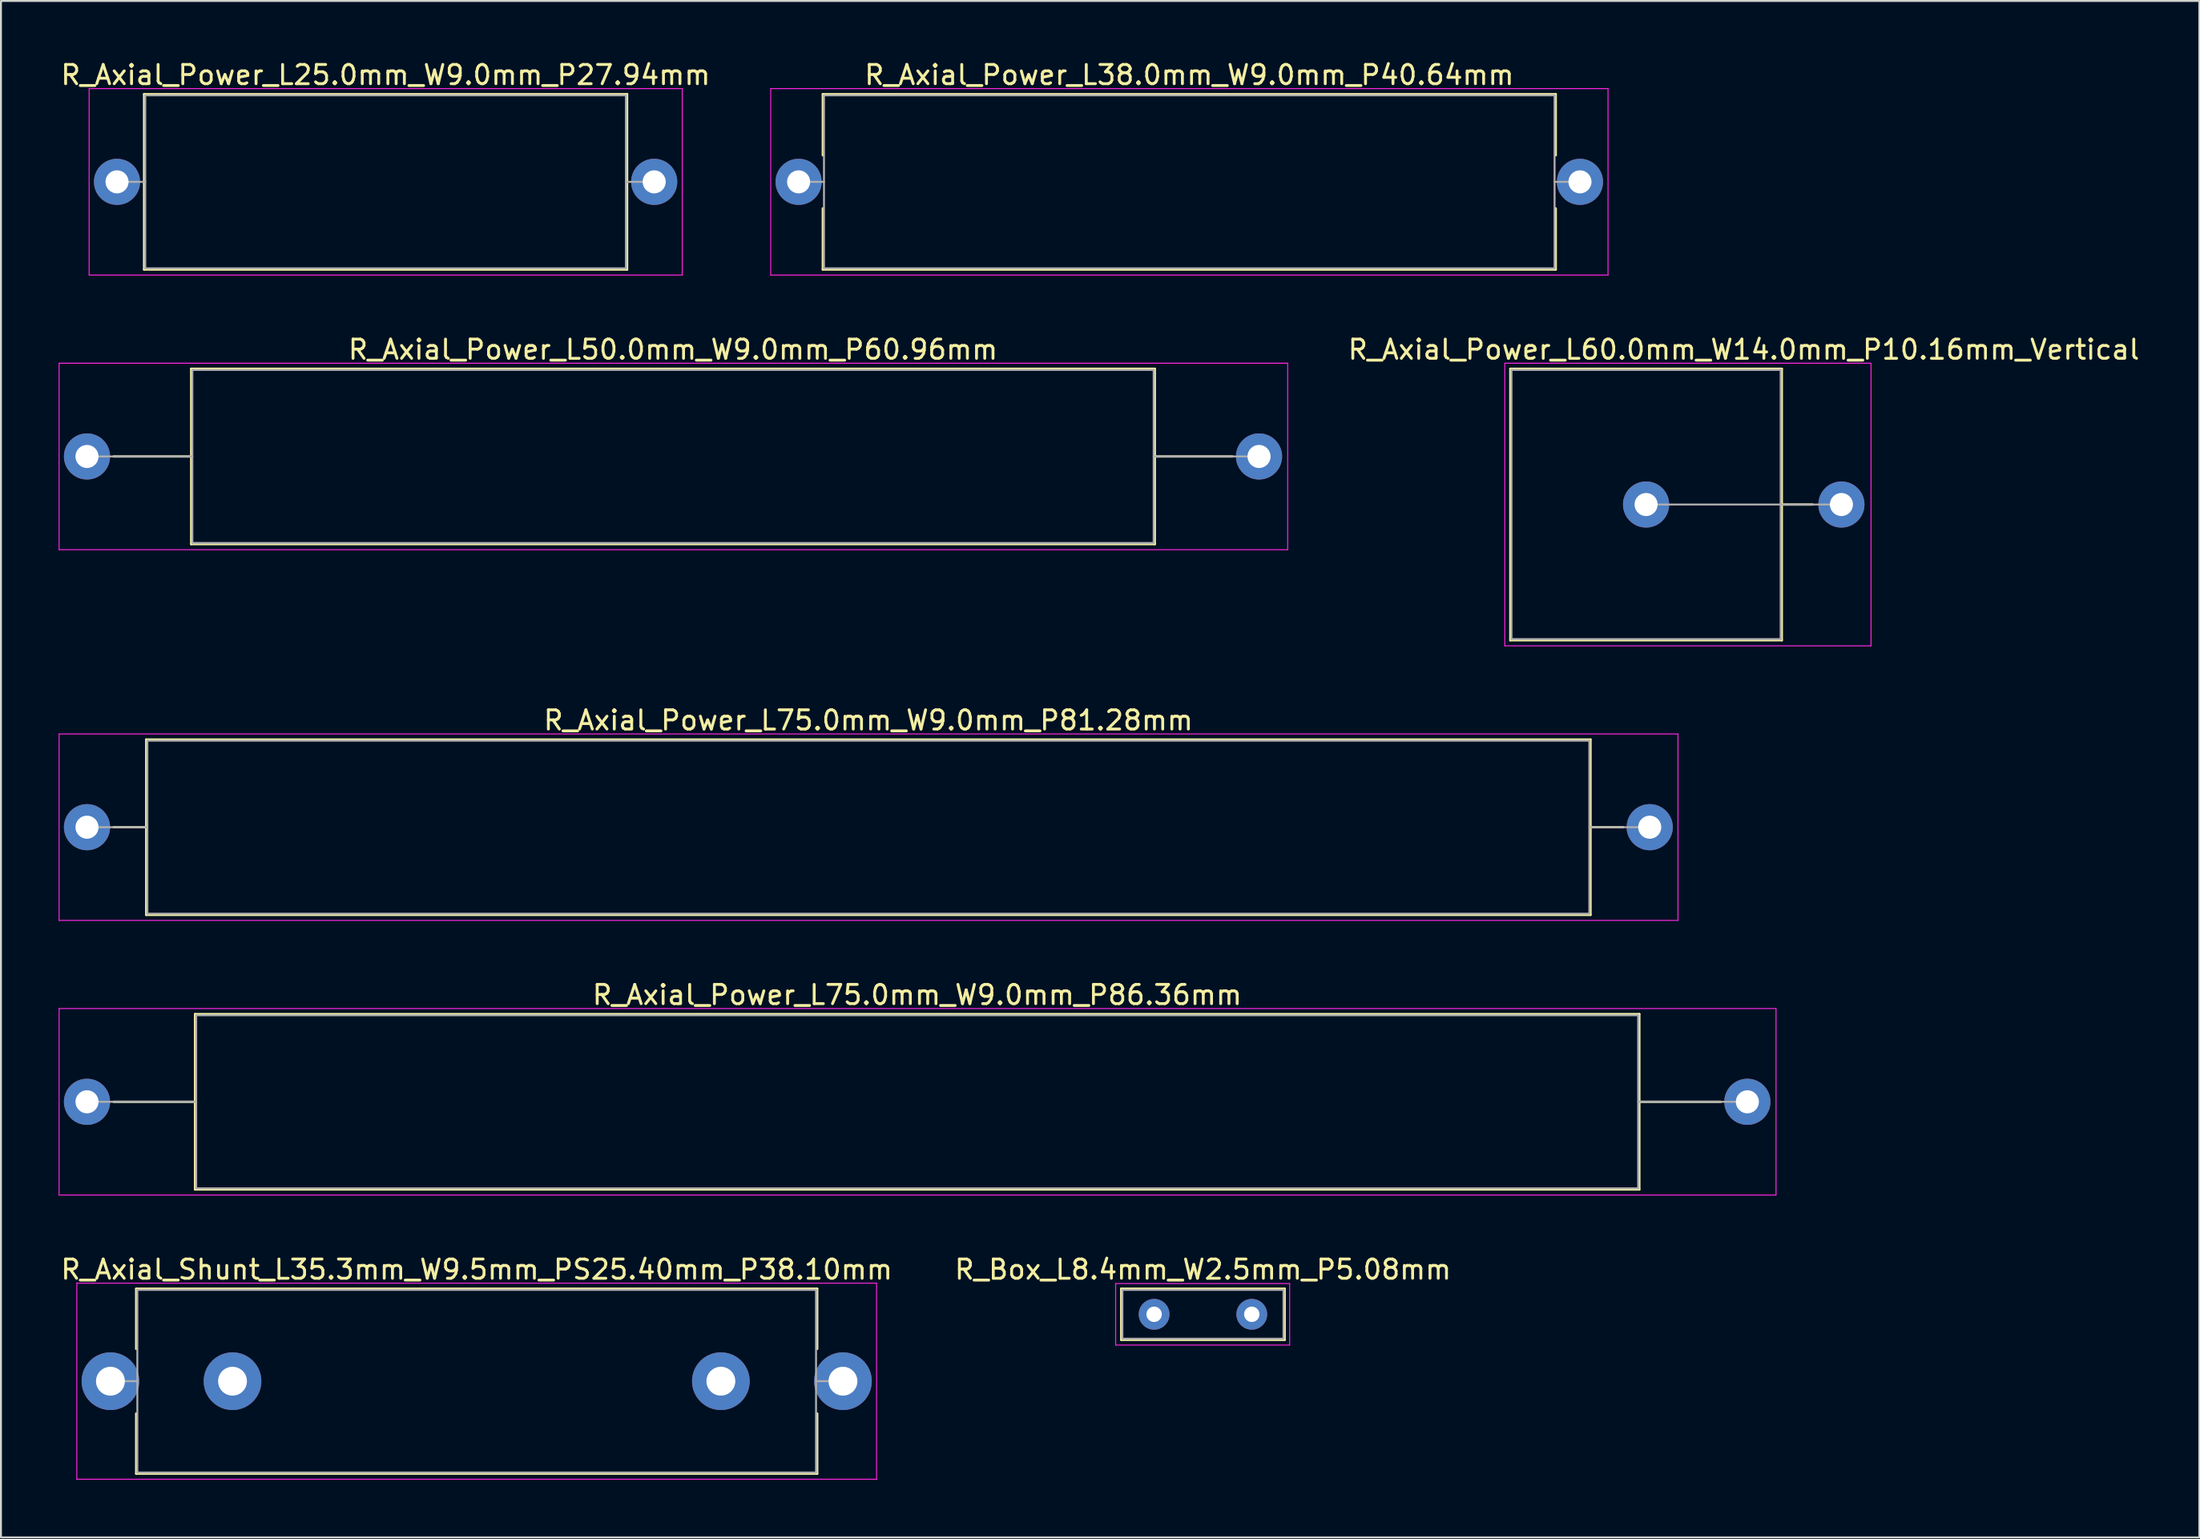
<source format=kicad_pcb>
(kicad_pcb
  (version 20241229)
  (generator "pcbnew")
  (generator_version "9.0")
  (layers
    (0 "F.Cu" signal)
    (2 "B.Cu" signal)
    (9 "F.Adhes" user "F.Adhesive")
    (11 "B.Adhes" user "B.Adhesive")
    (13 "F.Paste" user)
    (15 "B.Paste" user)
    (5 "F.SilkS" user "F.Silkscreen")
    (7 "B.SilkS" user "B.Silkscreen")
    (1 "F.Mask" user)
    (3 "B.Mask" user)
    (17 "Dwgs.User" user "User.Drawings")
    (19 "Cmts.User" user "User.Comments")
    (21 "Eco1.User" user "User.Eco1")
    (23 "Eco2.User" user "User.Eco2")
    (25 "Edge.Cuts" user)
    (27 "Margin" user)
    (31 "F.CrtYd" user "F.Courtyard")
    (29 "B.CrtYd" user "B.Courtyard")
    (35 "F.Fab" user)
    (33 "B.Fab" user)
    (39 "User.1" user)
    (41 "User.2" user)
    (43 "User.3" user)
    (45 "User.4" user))
  (footprint "R_Axial_Power_L75.0mm_W9.0mm_P86.36mm"
    (layer "F.Cu")
    (at 1.475 54.258)
    (property "Reference" "R_Axial_Power_L75.0mm_W9.0mm_P86.36mm" (at 43.18 -5.56 0) (layer "F.SilkS") (effects (font (size 1 1) (thickness 0.15))))
    (attr through_hole)
    (fp_line (start 1.38 0) (end 5.62 0) (stroke (width 0.12) (type solid)) (layer "F.SilkS"))
    (fp_line (start 5.62 -4.56) (end 5.62 4.56) (stroke (width 0.12) (type solid)) (layer "F.SilkS"))
    (fp_line (start 5.62 4.56) (end 80.74 4.56) (stroke (width 0.12) (type solid)) (layer "F.SilkS"))
    (fp_line (start 80.74 -4.56) (end 5.62 -4.56) (stroke (width 0.12) (type solid)) (layer "F.SilkS"))
    (fp_line (start 80.74 4.56) (end 80.74 -4.56) (stroke (width 0.12) (type solid)) (layer "F.SilkS"))
    (fp_line (start 84.98 0) (end 80.74 0) (stroke (width 0.12) (type solid)) (layer "F.SilkS"))
    (fp_line (start -1.45 -4.85) (end -1.45 4.85) (stroke (width 0.05) (type solid)) (layer "F.CrtYd"))
    (fp_line (start -1.45 4.85) (end 87.85 4.85) (stroke (width 0.05) (type solid)) (layer "F.CrtYd"))
    (fp_line (start 87.85 -4.85) (end -1.45 -4.85) (stroke (width 0.05) (type solid)) (layer "F.CrtYd"))
    (fp_line (start 87.85 4.85) (end 87.85 -4.85) (stroke (width 0.05) (type solid)) (layer "F.CrtYd"))
    (fp_line (start 0 0) (end 5.68 0) (stroke (width 0.1) (type solid)) (layer "F.Fab"))
    (fp_line (start 5.68 -4.5) (end 5.68 4.5) (stroke (width 0.1) (type solid)) (layer "F.Fab"))
    (fp_line (start 5.68 4.5) (end 80.68 4.5) (stroke (width 0.1) (type solid)) (layer "F.Fab"))
    (fp_line (start 80.68 -4.5) (end 5.68 -4.5) (stroke (width 0.1) (type solid)) (layer "F.Fab"))
    (fp_line (start 80.68 4.5) (end 80.68 -4.5) (stroke (width 0.1) (type solid)) (layer "F.Fab"))
    (fp_line (start 86.36 0) (end 80.68 0) (stroke (width 0.1) (type solid)) (layer "F.Fab"))
    (pad "1" thru_hole circle (at 0 0) (size 2.4 2.4) (drill 1.2) (layers "*.Cu" "*.Mask"))
    (pad "2" thru_hole oval (at 86.36 0) (size 2.4 2.4) (drill 1.2) (layers "*.Cu" "*.Mask")))
  (footprint "R_Box_L8.4mm_W2.5mm_P5.08mm"
    (layer "F.Cu")
    (at 56.978 65.311)
    (property "Reference" "R_Box_L8.4mm_W2.5mm_P5.08mm" (at 2.54 -2.33 0) (layer "F.SilkS") (effects (font (size 1 1) (thickness 0.15))))
    (attr through_hole)
    (fp_line (start -1.71 -1.33) (end -1.71 1.33) (stroke (width 0.12) (type solid)) (layer "F.SilkS"))
    (fp_line (start -1.71 -1.33) (end 6.79 -1.33) (stroke (width 0.12) (type solid)) (layer "F.SilkS"))
    (fp_line (start -1.71 1.33) (end 6.79 1.33) (stroke (width 0.12) (type solid)) (layer "F.SilkS"))
    (fp_line (start 6.79 -1.33) (end 6.79 1.33) (stroke (width 0.12) (type solid)) (layer "F.SilkS"))
    (fp_line (start -2 -1.6) (end -2 1.6) (stroke (width 0.05) (type solid)) (layer "F.CrtYd"))
    (fp_line (start -2 1.6) (end 7.05 1.6) (stroke (width 0.05) (type solid)) (layer "F.CrtYd"))
    (fp_line (start 7.05 -1.6) (end -2 -1.6) (stroke (width 0.05) (type solid)) (layer "F.CrtYd"))
    (fp_line (start 7.05 1.6) (end 7.05 -1.6) (stroke (width 0.05) (type solid)) (layer "F.CrtYd"))
    (fp_line (start -1.65 -1.27) (end -1.65 1.27) (stroke (width 0.1) (type solid)) (layer "F.Fab"))
    (fp_line (start -1.65 1.27) (end 6.73 1.27) (stroke (width 0.1) (type solid)) (layer "F.Fab"))
    (fp_line (start 6.73 -1.27) (end -1.65 -1.27) (stroke (width 0.1) (type solid)) (layer "F.Fab"))
    (fp_line (start 6.73 1.27) (end 6.73 -1.27) (stroke (width 0.1) (type solid)) (layer "F.Fab"))
    (pad "1" thru_hole circle (at 0 0) (size 1.6 1.6) (drill 0.8) (layers "*.Cu" "*.Mask"))
    (pad "2" thru_hole circle (at 5.08 0) (size 1.6 1.6) (drill 0.8) (layers "*.Cu" "*.Mask")))
  (footprint "R_Axial_Power_L25.0mm_W9.0mm_P27.94mm"
    (layer "F.Cu")
    (at 3.036 6.408)
    (property "Reference" "R_Axial_Power_L25.0mm_W9.0mm_P27.94mm" (at 13.97 -5.56 0) (layer "F.SilkS") (effects (font (size 1 1) (thickness 0.15))))
    (attr through_hole)
    (fp_line (start 1.38 0) (end 1.41 0) (stroke (width 0.12) (type solid)) (layer "F.SilkS"))
    (fp_line (start 1.41 -4.56) (end 1.41 4.56) (stroke (width 0.12) (type solid)) (layer "F.SilkS"))
    (fp_line (start 1.41 4.56) (end 26.53 4.56) (stroke (width 0.12) (type solid)) (layer "F.SilkS"))
    (fp_line (start 26.53 -4.56) (end 1.41 -4.56) (stroke (width 0.12) (type solid)) (layer "F.SilkS"))
    (fp_line (start 26.53 4.56) (end 26.53 -4.56) (stroke (width 0.12) (type solid)) (layer "F.SilkS"))
    (fp_line (start 26.56 0) (end 26.53 0) (stroke (width 0.12) (type solid)) (layer "F.SilkS"))
    (fp_line (start -1.45 -4.85) (end -1.45 4.85) (stroke (width 0.05) (type solid)) (layer "F.CrtYd"))
    (fp_line (start -1.45 4.85) (end 29.4 4.85) (stroke (width 0.05) (type solid)) (layer "F.CrtYd"))
    (fp_line (start 29.4 -4.85) (end -1.45 -4.85) (stroke (width 0.05) (type solid)) (layer "F.CrtYd"))
    (fp_line (start 29.4 4.85) (end 29.4 -4.85) (stroke (width 0.05) (type solid)) (layer "F.CrtYd"))
    (fp_line (start 0 0) (end 1.47 0) (stroke (width 0.1) (type solid)) (layer "F.Fab"))
    (fp_line (start 1.47 -4.5) (end 1.47 4.5) (stroke (width 0.1) (type solid)) (layer "F.Fab"))
    (fp_line (start 1.47 4.5) (end 26.47 4.5) (stroke (width 0.1) (type solid)) (layer "F.Fab"))
    (fp_line (start 26.47 -4.5) (end 1.47 -4.5) (stroke (width 0.1) (type solid)) (layer "F.Fab"))
    (fp_line (start 26.47 4.5) (end 26.47 -4.5) (stroke (width 0.1) (type solid)) (layer "F.Fab"))
    (fp_line (start 27.94 0) (end 26.47 0) (stroke (width 0.1) (type solid)) (layer "F.Fab"))
    (pad "1" thru_hole circle (at 0 0) (size 2.4 2.4) (drill 1.2) (layers "*.Cu" "*.Mask"))
    (pad "2" thru_hole oval (at 27.94 0) (size 2.4 2.4) (drill 1.2) (layers "*.Cu" "*.Mask")))
  (footprint "R_Axial_Shunt_L35.3mm_W9.5mm_PS25.40mm_P38.10mm"
    (layer "F.Cu")
    (at 2.694 68.791)
    (property "Reference" "R_Axial_Shunt_L35.3mm_W9.5mm_PS25.40mm_P38.10mm" (at 19.05 -5.81 0) (layer "F.SilkS") (effects (font (size 1 1) (thickness 0.15))))
    (attr through_hole)
    (fp_line (start 1.34 -4.81) (end 36.76 -4.81) (stroke (width 0.12) (type solid)) (layer "F.SilkS"))
    (fp_line (start 1.34 -1.68) (end 1.34 -4.81) (stroke (width 0.12) (type solid)) (layer "F.SilkS"))
    (fp_line (start 1.34 1.68) (end 1.34 4.81) (stroke (width 0.12) (type solid)) (layer "F.SilkS"))
    (fp_line (start 1.34 4.81) (end 36.76 4.81) (stroke (width 0.12) (type solid)) (layer "F.SilkS"))
    (fp_line (start 36.76 -4.81) (end 36.76 -1.68) (stroke (width 0.12) (type solid)) (layer "F.SilkS"))
    (fp_line (start 36.76 4.81) (end 36.76 1.68) (stroke (width 0.12) (type solid)) (layer "F.SilkS"))
    (fp_line (start -1.75 -5.1) (end -1.75 5.1) (stroke (width 0.05) (type solid)) (layer "F.CrtYd"))
    (fp_line (start -1.75 5.1) (end 39.85 5.1) (stroke (width 0.05) (type solid)) (layer "F.CrtYd"))
    (fp_line (start 39.85 -5.1) (end -1.75 -5.1) (stroke (width 0.05) (type solid)) (layer "F.CrtYd"))
    (fp_line (start 39.85 5.1) (end 39.85 -5.1) (stroke (width 0.05) (type solid)) (layer "F.CrtYd"))
    (fp_line (start 0 0) (end 1.4 0) (stroke (width 0.1) (type solid)) (layer "F.Fab"))
    (fp_line (start 1.4 -4.75) (end 1.4 4.75) (stroke (width 0.1) (type solid)) (layer "F.Fab"))
    (fp_line (start 1.4 4.75) (end 36.7 4.75) (stroke (width 0.1) (type solid)) (layer "F.Fab"))
    (fp_line (start 36.7 -4.75) (end 1.4 -4.75) (stroke (width 0.1) (type solid)) (layer "F.Fab"))
    (fp_line (start 36.7 4.75) (end 36.7 -4.75) (stroke (width 0.1) (type solid)) (layer "F.Fab"))
    (fp_line (start 38.1 0) (end 36.7 0) (stroke (width 0.1) (type solid)) (layer "F.Fab"))
    (pad "1" thru_hole circle (at 0 0) (size 3 3) (drill 1.5) (layers "*.Cu" "*.Mask"))
    (pad "2" thru_hole oval (at 6.35 0) (size 3 3) (drill 1.5) (layers "*.Cu" "*.Mask"))
    (pad "3" thru_hole oval (at 31.75 0) (size 3 3) (drill 1.5) (layers "*.Cu" "*.Mask"))
    (pad "4" thru_hole oval (at 38.1 0) (size 3 3) (drill 1.5) (layers "*.Cu" "*.Mask")))
  (footprint "R_Axial_Power_L50.0mm_W9.0mm_P60.96mm"
    (layer "F.Cu")
    (at 1.475 20.692)
    (property "Reference" "R_Axial_Power_L50.0mm_W9.0mm_P60.96mm" (at 30.48 -5.56 0) (layer "F.SilkS") (effects (font (size 1 1) (thickness 0.15))))
    (attr through_hole)
    (fp_line (start 1.38 0) (end 5.42 0) (stroke (width 0.12) (type solid)) (layer "F.SilkS"))
    (fp_line (start 5.42 -4.56) (end 5.42 4.56) (stroke (width 0.12) (type solid)) (layer "F.SilkS"))
    (fp_line (start 5.42 4.56) (end 55.54 4.56) (stroke (width 0.12) (type solid)) (layer "F.SilkS"))
    (fp_line (start 55.54 -4.56) (end 5.42 -4.56) (stroke (width 0.12) (type solid)) (layer "F.SilkS"))
    (fp_line (start 55.54 4.56) (end 55.54 -4.56) (stroke (width 0.12) (type solid)) (layer "F.SilkS"))
    (fp_line (start 59.58 0) (end 55.54 0) (stroke (width 0.12) (type solid)) (layer "F.SilkS"))
    (fp_line (start -1.45 -4.85) (end -1.45 4.85) (stroke (width 0.05) (type solid)) (layer "F.CrtYd"))
    (fp_line (start -1.45 4.85) (end 62.45 4.85) (stroke (width 0.05) (type solid)) (layer "F.CrtYd"))
    (fp_line (start 62.45 -4.85) (end -1.45 -4.85) (stroke (width 0.05) (type solid)) (layer "F.CrtYd"))
    (fp_line (start 62.45 4.85) (end 62.45 -4.85) (stroke (width 0.05) (type solid)) (layer "F.CrtYd"))
    (fp_line (start 0 0) (end 5.48 0) (stroke (width 0.1) (type solid)) (layer "F.Fab"))
    (fp_line (start 5.48 -4.5) (end 5.48 4.5) (stroke (width 0.1) (type solid)) (layer "F.Fab"))
    (fp_line (start 5.48 4.5) (end 55.48 4.5) (stroke (width 0.1) (type solid)) (layer "F.Fab"))
    (fp_line (start 55.48 -4.5) (end 5.48 -4.5) (stroke (width 0.1) (type solid)) (layer "F.Fab"))
    (fp_line (start 55.48 4.5) (end 55.48 -4.5) (stroke (width 0.1) (type solid)) (layer "F.Fab"))
    (fp_line (start 60.96 0) (end 55.48 0) (stroke (width 0.1) (type solid)) (layer "F.Fab"))
    (pad "1" thru_hole circle (at 0 0) (size 2.4 2.4) (drill 1.2) (layers "*.Cu" "*.Mask"))
    (pad "2" thru_hole oval (at 60.96 0) (size 2.4 2.4) (drill 1.2) (layers "*.Cu" "*.Mask")))
  (footprint "R_Axial_Power_L38.0mm_W9.0mm_P40.64mm"
    (layer "F.Cu")
    (at 38.487 6.408)
    (property "Reference" "R_Axial_Power_L38.0mm_W9.0mm_P40.64mm" (at 20.32 -5.56 0) (layer "F.SilkS") (effects (font (size 1 1) (thickness 0.15))))
    (attr through_hole)
    (fp_line (start 1.26 -4.56) (end 39.38 -4.56) (stroke (width 0.12) (type solid)) (layer "F.SilkS"))
    (fp_line (start 1.26 -1.38) (end 1.26 -4.56) (stroke (width 0.12) (type solid)) (layer "F.SilkS"))
    (fp_line (start 1.26 1.38) (end 1.26 4.56) (stroke (width 0.12) (type solid)) (layer "F.SilkS"))
    (fp_line (start 1.26 4.56) (end 39.38 4.56) (stroke (width 0.12) (type solid)) (layer "F.SilkS"))
    (fp_line (start 39.38 -4.56) (end 39.38 -1.38) (stroke (width 0.12) (type solid)) (layer "F.SilkS"))
    (fp_line (start 39.38 4.56) (end 39.38 1.38) (stroke (width 0.12) (type solid)) (layer "F.SilkS"))
    (fp_line (start -1.45 -4.85) (end -1.45 4.85) (stroke (width 0.05) (type solid)) (layer "F.CrtYd"))
    (fp_line (start -1.45 4.85) (end 42.1 4.85) (stroke (width 0.05) (type solid)) (layer "F.CrtYd"))
    (fp_line (start 42.1 -4.85) (end -1.45 -4.85) (stroke (width 0.05) (type solid)) (layer "F.CrtYd"))
    (fp_line (start 42.1 4.85) (end 42.1 -4.85) (stroke (width 0.05) (type solid)) (layer "F.CrtYd"))
    (fp_line (start 0 0) (end 1.32 0) (stroke (width 0.1) (type solid)) (layer "F.Fab"))
    (fp_line (start 1.32 -4.5) (end 1.32 4.5) (stroke (width 0.1) (type solid)) (layer "F.Fab"))
    (fp_line (start 1.32 4.5) (end 39.32 4.5) (stroke (width 0.1) (type solid)) (layer "F.Fab"))
    (fp_line (start 39.32 -4.5) (end 1.32 -4.5) (stroke (width 0.1) (type solid)) (layer "F.Fab"))
    (fp_line (start 39.32 4.5) (end 39.32 -4.5) (stroke (width 0.1) (type solid)) (layer "F.Fab"))
    (fp_line (start 40.64 0) (end 39.32 0) (stroke (width 0.1) (type solid)) (layer "F.Fab"))
    (pad "1" thru_hole circle (at 0 0) (size 2.4 2.4) (drill 1.2) (layers "*.Cu" "*.Mask"))
    (pad "2" thru_hole oval (at 40.64 0) (size 2.4 2.4) (drill 1.2) (layers "*.Cu" "*.Mask")))
  (footprint "R_Axial_Power_L75.0mm_W9.0mm_P81.28mm"
    (layer "F.Cu")
    (at 1.475 39.975)
    (property "Reference" "R_Axial_Power_L75.0mm_W9.0mm_P81.28mm" (at 40.64 -5.56 0) (layer "F.SilkS") (effects (font (size 1 1) (thickness 0.15))))
    (attr through_hole)
    (fp_line (start 1.38 0) (end 3.08 0) (stroke (width 0.12) (type solid)) (layer "F.SilkS"))
    (fp_line (start 3.08 -4.56) (end 3.08 4.56) (stroke (width 0.12) (type solid)) (layer "F.SilkS"))
    (fp_line (start 3.08 4.56) (end 78.2 4.56) (stroke (width 0.12) (type solid)) (layer "F.SilkS"))
    (fp_line (start 78.2 -4.56) (end 3.08 -4.56) (stroke (width 0.12) (type solid)) (layer "F.SilkS"))
    (fp_line (start 78.2 4.56) (end 78.2 -4.56) (stroke (width 0.12) (type solid)) (layer "F.SilkS"))
    (fp_line (start 79.9 0) (end 78.2 0) (stroke (width 0.12) (type solid)) (layer "F.SilkS"))
    (fp_line (start -1.45 -4.85) (end -1.45 4.85) (stroke (width 0.05) (type solid)) (layer "F.CrtYd"))
    (fp_line (start -1.45 4.85) (end 82.75 4.85) (stroke (width 0.05) (type solid)) (layer "F.CrtYd"))
    (fp_line (start 82.75 -4.85) (end -1.45 -4.85) (stroke (width 0.05) (type solid)) (layer "F.CrtYd"))
    (fp_line (start 82.75 4.85) (end 82.75 -4.85) (stroke (width 0.05) (type solid)) (layer "F.CrtYd"))
    (fp_line (start 0 0) (end 3.14 0) (stroke (width 0.1) (type solid)) (layer "F.Fab"))
    (fp_line (start 3.14 -4.5) (end 3.14 4.5) (stroke (width 0.1) (type solid)) (layer "F.Fab"))
    (fp_line (start 3.14 4.5) (end 78.14 4.5) (stroke (width 0.1) (type solid)) (layer "F.Fab"))
    (fp_line (start 78.14 -4.5) (end 3.14 -4.5) (stroke (width 0.1) (type solid)) (layer "F.Fab"))
    (fp_line (start 78.14 4.5) (end 78.14 -4.5) (stroke (width 0.1) (type solid)) (layer "F.Fab"))
    (fp_line (start 81.28 0) (end 78.14 0) (stroke (width 0.1) (type solid)) (layer "F.Fab"))
    (pad "1" thru_hole circle (at 0 0) (size 2.4 2.4) (drill 1.2) (layers "*.Cu" "*.Mask"))
    (pad "2" thru_hole oval (at 81.28 0) (size 2.4 2.4) (drill 1.2) (layers "*.Cu" "*.Mask")))
  (footprint "R_Axial_Power_L60.0mm_W14.0mm_P10.16mm_Vertical"
    (layer "F.Cu")
    (at 82.566 23.192)
    (property "Reference" "R_Axial_Power_L60.0mm_W14.0mm_P10.16mm_Vertical" (at 5.08 -8.06 0) (layer "F.SilkS") (effects (font (size 1 1) (thickness 0.15))))
    (attr through_hole)
    (fp_line (start -7.06 -7.06) (end -7.06 7.06) (stroke (width 0.12) (type solid)) (layer "F.SilkS"))
    (fp_line (start -7.06 7.06) (end 7.06 7.06) (stroke (width 0.12) (type solid)) (layer "F.SilkS"))
    (fp_line (start 7.06 -7.06) (end -7.06 -7.06) (stroke (width 0.12) (type solid)) (layer "F.SilkS"))
    (fp_line (start 7.06 0) (end 8.66 0) (stroke (width 0.12) (type solid)) (layer "F.SilkS"))
    (fp_line (start 7.06 7.06) (end 7.06 -7.06) (stroke (width 0.12) (type solid)) (layer "F.SilkS"))
    (fp_line (start -7.35 -7.35) (end -7.35 7.35) (stroke (width 0.05) (type solid)) (layer "F.CrtYd"))
    (fp_line (start -7.35 7.35) (end 11.7 7.35) (stroke (width 0.05) (type solid)) (layer "F.CrtYd"))
    (fp_line (start 11.7 -7.35) (end -7.35 -7.35) (stroke (width 0.05) (type solid)) (layer "F.CrtYd"))
    (fp_line (start 11.7 7.35) (end 11.7 -7.35) (stroke (width 0.05) (type solid)) (layer "F.CrtYd"))
    (fp_line (start -7 -7) (end -7 7) (stroke (width 0.1) (type solid)) (layer "F.Fab"))
    (fp_line (start -7 7) (end 7 7) (stroke (width 0.1) (type solid)) (layer "F.Fab"))
    (fp_line (start 0 0) (end 10.16 0) (stroke (width 0.1) (type solid)) (layer "F.Fab"))
    (fp_line (start 7 -7) (end -7 -7) (stroke (width 0.1) (type solid)) (layer "F.Fab"))
    (fp_line (start 7 7) (end 7 -7) (stroke (width 0.1) (type solid)) (layer "F.Fab"))
    (pad "1" thru_hole circle (at 0 0) (size 2.4 2.4) (drill 1.2) (layers "*.Cu" "*.Mask"))
    (pad "2" thru_hole oval (at 10.16 0) (size 2.4 2.4) (drill 1.2) (layers "*.Cu" "*.Mask")))
  (gr_rect
    (start -3 -3)
    (end 111.343 76.916)
    (stroke (width 0.1) (type default))
    (fill no)
    (layer "Edge.Cuts")))
</source>
